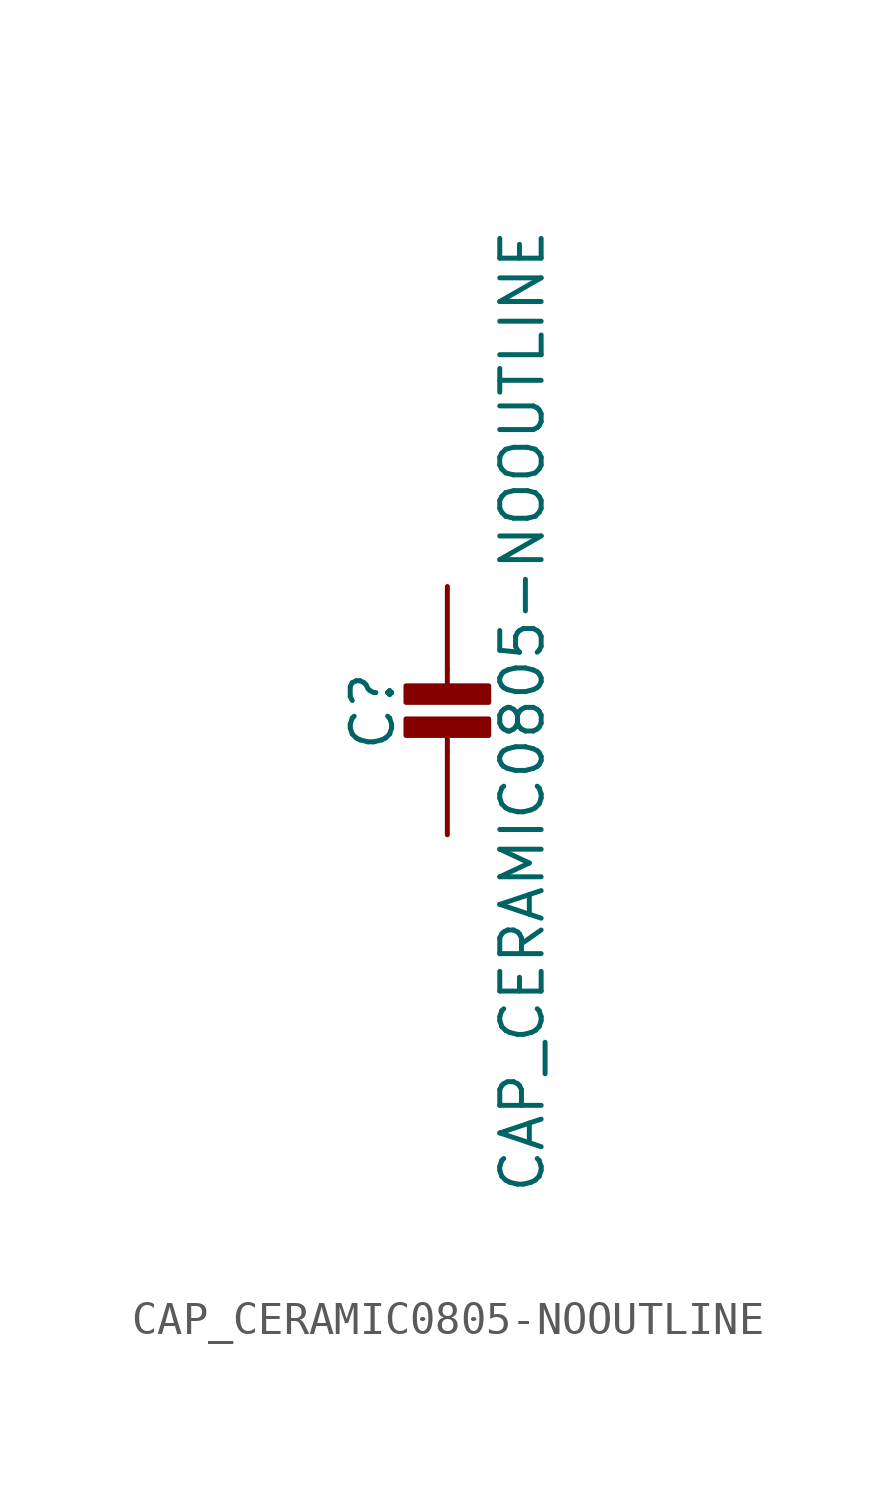
<source format=kicad_sym>
(kicad_symbol_lib
  (version 20211014)
  (generator kicad_symbol_editor)
  (symbol "CAP_CERAMIC0805-NOOUTLINE"
    (property "Reference" "C"
      (at -2.29 1.25 90)
      (effects (font (size 1.27 1.27))))
    (property "Value" "CAP_CERAMIC0805-NOOUTLINE"
      (at 2.3 1.25 90)
      (effects (font (size 1.27 1.27))))
    (property "ki_locked" ""
      (at 0 0 0)
      (effects (font (size 1.27 1.27))))
    (symbol "CAP_CERAMIC0805-NOOUTLINE_1_0"
      (rectangle (start -1.27 0.508) (end 1.27 1.016) (stroke (width 0) (type default) (color 0 0 0 0)) (fill (type outline)))
      (rectangle (start -1.27 1.524) (end 1.27 2.032) (stroke (width 0) (type default) (color 0 0 0 0)) (fill (type outline)))
      (polyline (pts (xy 0 0.762) (xy 0 0)) (stroke (width 0.152) (type default) (color 0 0 0 0)) (fill (type none)))
      (polyline (pts (xy 0 2.54) (xy 0 1.778)) (stroke (width 0.152) (type default) (color 0 0 0 0)) (fill (type none)))
      (pin passive line (at 0 5.08 270) (length 2.54) (name "1" (effects (font (size 0 0)))) (number "1" (effects (font (size 0 0)))))
      (pin passive line (at 0 -2.54 90) (length 2.54) (name "2" (effects (font (size 0 0)))) (number "2" (effects (font (size 0 0))))))))
</source>
